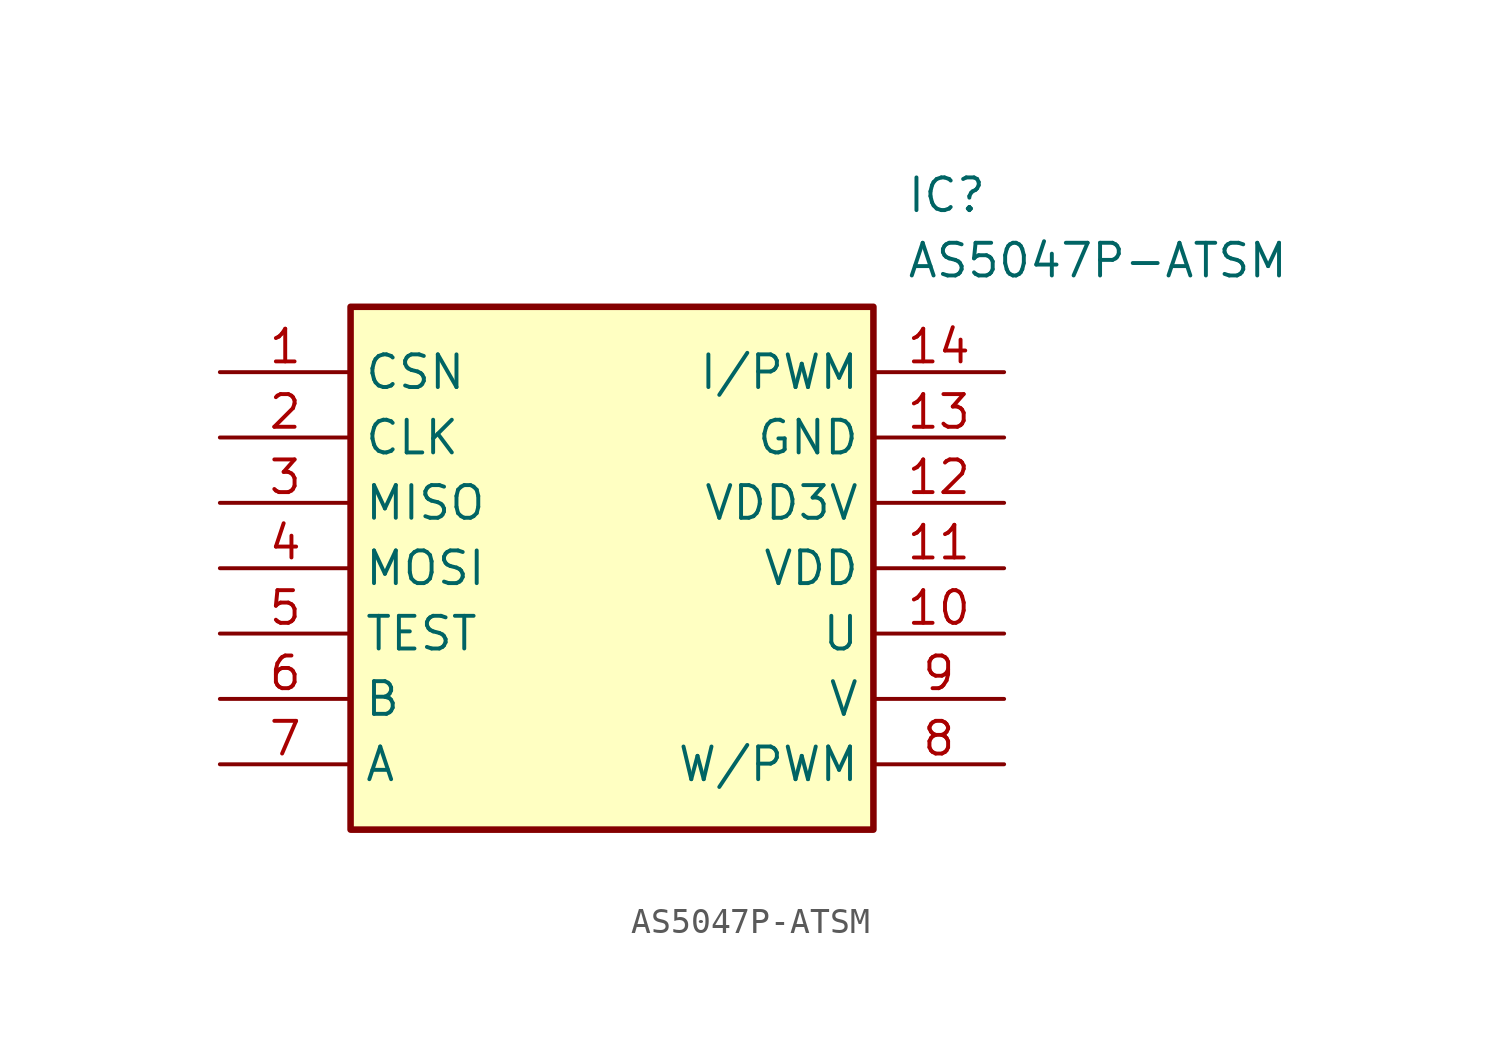
<source format=kicad_sym>
(kicad_symbol_lib
  (version 20241209)
  (generator "kicad_symbol_editor")
  (generator_version "9.0")
  (symbol "AS5047P-ATSM"
    (property "Reference" "IC"
      (at 26.67 7.62 0)
      (effects (font (size 1.27 1.27)) (justify left top)))
    (property "Value" "AS5047P-ATSM"
      (at 26.67 5.08 0)
      (effects (font (size 1.27 1.27)) (justify left top)))
    (symbol "AS5047P-ATSM_1_1"
      (rectangle (start 5.08 2.54) (end 25.4 -17.78) (stroke (width 0.254) (type default)) (fill (type background)))
      (pin passive line (at 0 0 0) (length 5.08) (name "CSN" (effects (font (size 1.27 1.27)))) (number "1" (effects (font (size 1.27 1.27)))))
      (pin passive line (at 0 -2.54 0) (length 5.08) (name "CLK" (effects (font (size 1.27 1.27)))) (number "2" (effects (font (size 1.27 1.27)))))
      (pin passive line (at 0 -5.08 0) (length 5.08) (name "MISO" (effects (font (size 1.27 1.27)))) (number "3" (effects (font (size 1.27 1.27)))))
      (pin passive line (at 0 -7.62 0) (length 5.08) (name "MOSI" (effects (font (size 1.27 1.27)))) (number "4" (effects (font (size 1.27 1.27)))))
      (pin passive line (at 0 -10.16 0) (length 5.08) (name "TEST" (effects (font (size 1.27 1.27)))) (number "5" (effects (font (size 1.27 1.27)))))
      (pin passive line (at 0 -12.7 0) (length 5.08) (name "B" (effects (font (size 1.27 1.27)))) (number "6" (effects (font (size 1.27 1.27)))))
      (pin passive line (at 0 -15.24 0) (length 5.08) (name "A" (effects (font (size 1.27 1.27)))) (number "7" (effects (font (size 1.27 1.27)))))
      (pin passive line (at 30.48 0 180) (length 5.08) (name "I/PWM" (effects (font (size 1.27 1.27)))) (number "14" (effects (font (size 1.27 1.27)))))
      (pin passive line (at 30.48 -2.54 180) (length 5.08) (name "GND" (effects (font (size 1.27 1.27)))) (number "13" (effects (font (size 1.27 1.27)))))
      (pin passive line (at 30.48 -5.08 180) (length 5.08) (name "VDD3V" (effects (font (size 1.27 1.27)))) (number "12" (effects (font (size 1.27 1.27)))))
      (pin passive line (at 30.48 -7.62 180) (length 5.08) (name "VDD" (effects (font (size 1.27 1.27)))) (number "11" (effects (font (size 1.27 1.27)))))
      (pin passive line (at 30.48 -10.16 180) (length 5.08) (name "U" (effects (font (size 1.27 1.27)))) (number "10" (effects (font (size 1.27 1.27)))))
      (pin passive line (at 30.48 -12.7 180) (length 5.08) (name "V" (effects (font (size 1.27 1.27)))) (number "9" (effects (font (size 1.27 1.27)))))
      (pin passive line (at 30.48 -15.24 180) (length 5.08) (name "W/PWM" (effects (font (size 1.27 1.27)))) (number "8" (effects (font (size 1.27 1.27))))))))
</source>
